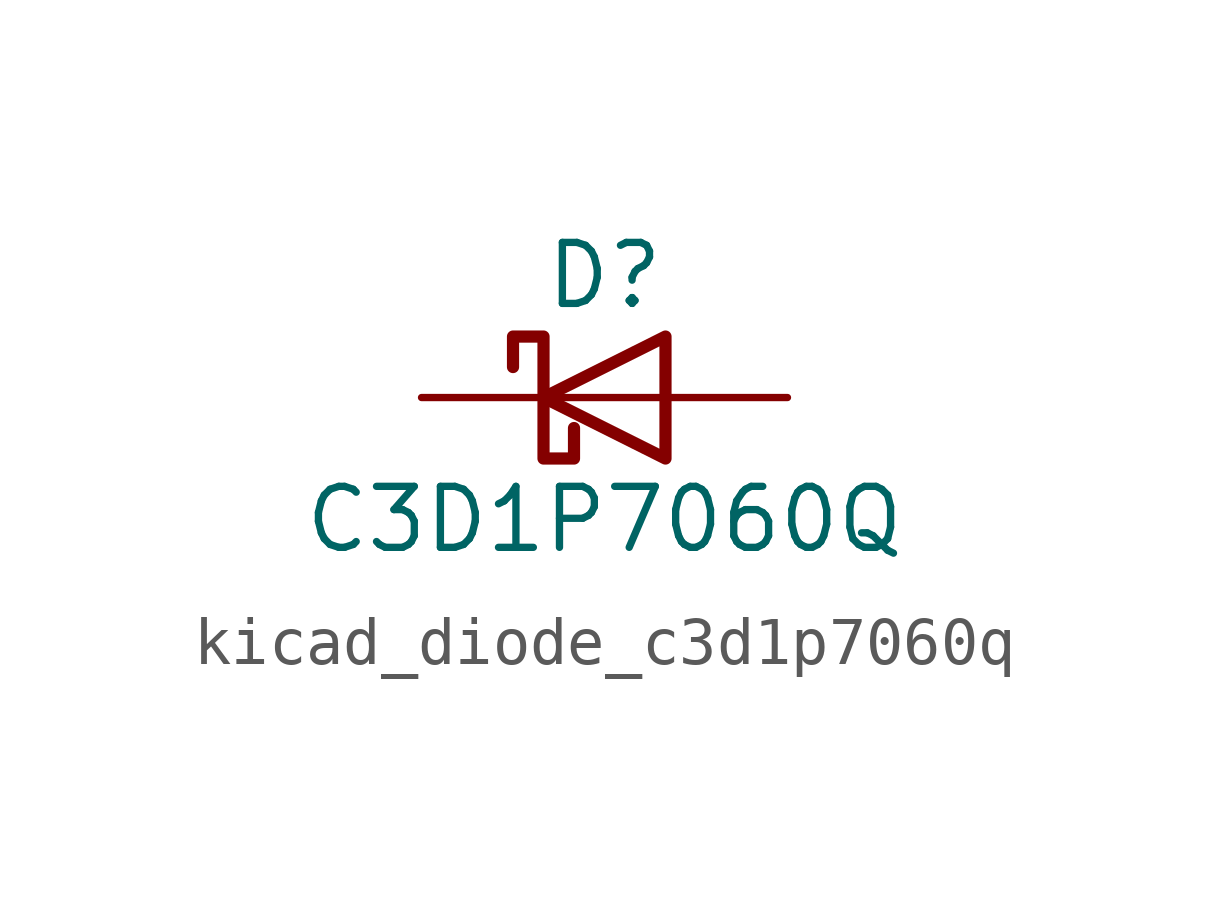
<source format=kicad_sym>
(kicad_symbol_lib
  (version 20220914)
  (generator kicad_symbol_editor)
  (symbol "kicad_diode_c3d1p7060q"
    (pin_numbers hide)
    (pin_names
      (offset 1.016) hide)
    (property "Reference" "D"
      (at 0 2.54 0)
      (effects (font (size 1.27 1.27))))
    (property "Value" "C3D1P7060Q"
      (at 0 -2.54 0)
      (effects (font (size 1.27 1.27))))
    (symbol "kicad_diode_c3d1p7060q_0_1"
      (polyline (pts (xy 1.27 0) (xy -1.27 0)) (stroke (width 0) (type default)) (fill (type none)))
      (polyline (pts (xy 1.27 1.27) (xy 1.27 -1.27) (xy -1.27 0) (xy 1.27 1.27)) (stroke (width 0.254) (type default)) (fill (type none)))
      (polyline (pts (xy -1.905 0.635) (xy -1.905 1.27) (xy -1.27 1.27) (xy -1.27 -1.27) (xy -0.635 -1.27) (xy -0.635 -0.635)) (stroke (width 0.254) (type default)) (fill (type none))))
    (symbol "kicad_diode_c3d1p7060q_1_1"
      (pin passive line (at -3.81 0 0) (length 2.54) (name "K" (effects (font (size 1.27 1.27)))) (number "1" (effects (font (size 1.27 1.27)))))
      (pin passive line (at 3.81 0 180) (length 2.54) (name "A" (effects (font (size 1.27 1.27)))) (number "2" (effects (font (size 1.27 1.27))))))))
</source>
